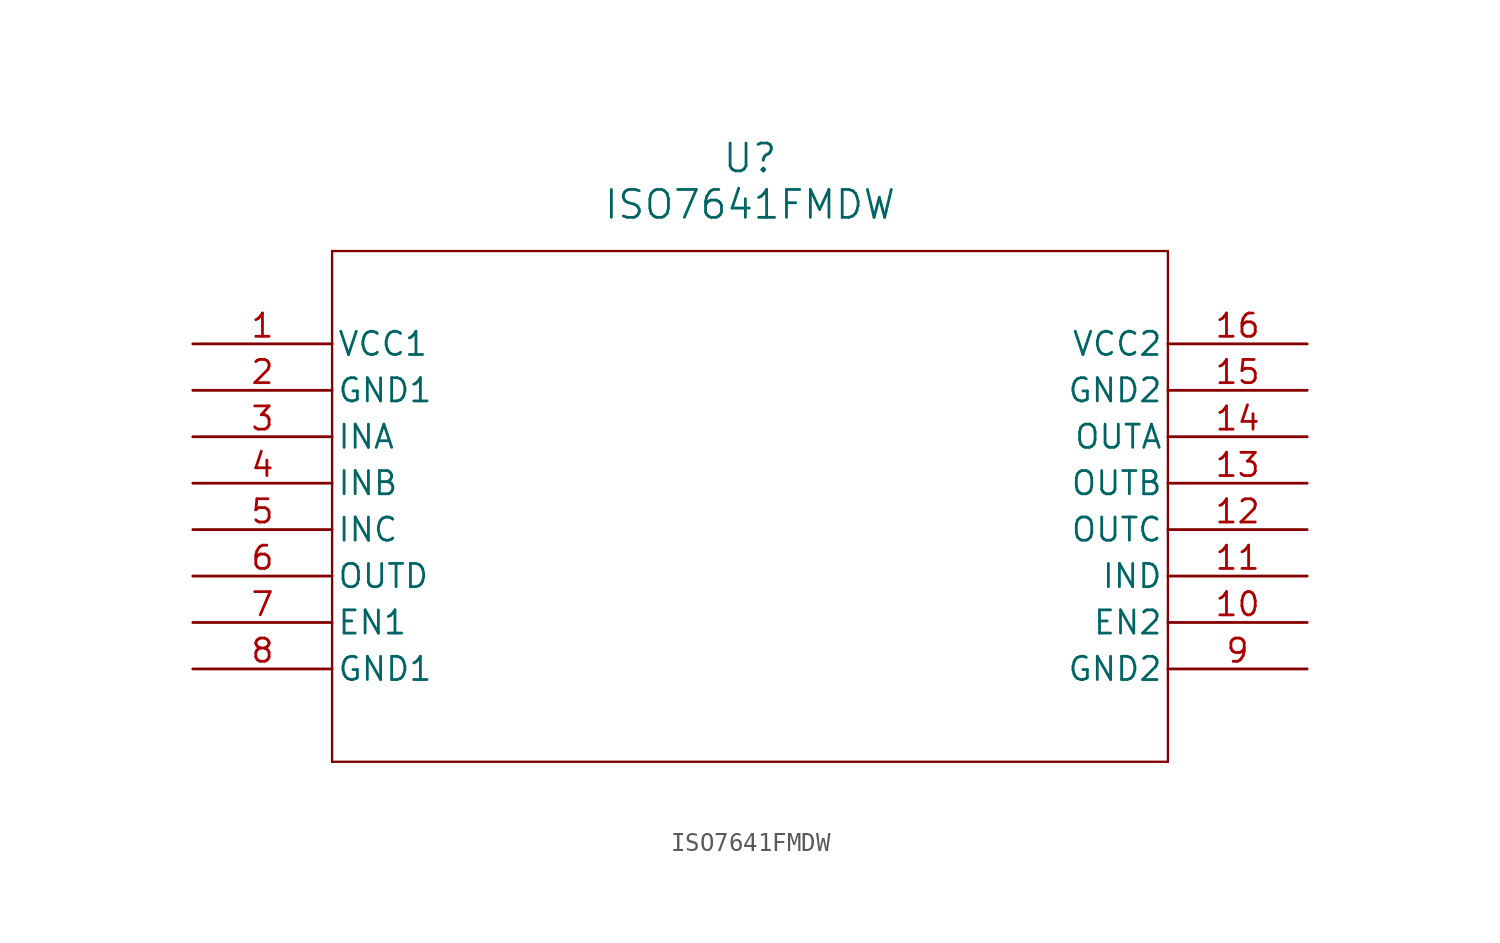
<source format=kicad_sym>
(kicad_symbol_lib
  (version 20211014)
  (generator kicad_symbol_editor)
  (symbol "ISO7641FMDW"
    (pin_names
      (offset 0.254))
    (property "Reference" "U"
      (at 30.48 10.16 0)
      (effects (font (size 1.524 1.524))))
    (property "Value" "ISO7641FMDW"
      (at 30.48 7.62 0)
      (effects (font (size 1.524 1.524))))
    (symbol "ISO7641FMDW_0_1"
      (polyline (pts (xy 7.62 5.08) (xy 7.62 -22.86)) (stroke (width 0.127) (type default) (color 0 0 0 0)) (fill (type none)))
      (polyline (pts (xy 7.62 -22.86) (xy 53.34 -22.86)) (stroke (width 0.127) (type default) (color 0 0 0 0)) (fill (type none)))
      (polyline (pts (xy 53.34 -22.86) (xy 53.34 5.08)) (stroke (width 0.127) (type default) (color 0 0 0 0)) (fill (type none)))
      (polyline (pts (xy 53.34 5.08) (xy 7.62 5.08)) (stroke (width 0.127) (type default) (color 0 0 0 0)) (fill (type none)))
      (pin power_in line (at 0 0 0) (length 7.62) (name "VCC1" (effects (font (size 1.27 1.27)))) (number "1" (effects (font (size 1.27 1.27)))))
      (pin power_in line (at 0 -2.54 0) (length 7.62) (name "GND1" (effects (font (size 1.27 1.27)))) (number "2" (effects (font (size 1.27 1.27)))))
      (pin input line (at 0 -5.08 0) (length 7.62) (name "INA" (effects (font (size 1.27 1.27)))) (number "3" (effects (font (size 1.27 1.27)))))
      (pin input line (at 0 -7.62 0) (length 7.62) (name "INB" (effects (font (size 1.27 1.27)))) (number "4" (effects (font (size 1.27 1.27)))))
      (pin input line (at 0 -10.16 0) (length 7.62) (name "INC" (effects (font (size 1.27 1.27)))) (number "5" (effects (font (size 1.27 1.27)))))
      (pin output line (at 0 -12.7 0) (length 7.62) (name "OUTD" (effects (font (size 1.27 1.27)))) (number "6" (effects (font (size 1.27 1.27)))))
      (pin unspecified line (at 0 -15.24 0) (length 7.62) (name "EN1" (effects (font (size 1.27 1.27)))) (number "7" (effects (font (size 1.27 1.27)))))
      (pin power_in line (at 0 -17.78 0) (length 7.62) (name "GND1" (effects (font (size 1.27 1.27)))) (number "8" (effects (font (size 1.27 1.27)))))
      (pin power_in line (at 60.96 -17.78 180) (length 7.62) (name "GND2" (effects (font (size 1.27 1.27)))) (number "9" (effects (font (size 1.27 1.27)))))
      (pin unspecified line (at 60.96 -15.24 180) (length 7.62) (name "EN2" (effects (font (size 1.27 1.27)))) (number "10" (effects (font (size 1.27 1.27)))))
      (pin input line (at 60.96 -12.7 180) (length 7.62) (name "IND" (effects (font (size 1.27 1.27)))) (number "11" (effects (font (size 1.27 1.27)))))
      (pin output line (at 60.96 -10.16 180) (length 7.62) (name "OUTC" (effects (font (size 1.27 1.27)))) (number "12" (effects (font (size 1.27 1.27)))))
      (pin output line (at 60.96 -7.62 180) (length 7.62) (name "OUTB" (effects (font (size 1.27 1.27)))) (number "13" (effects (font (size 1.27 1.27)))))
      (pin output line (at 60.96 -5.08 180) (length 7.62) (name "OUTA" (effects (font (size 1.27 1.27)))) (number "14" (effects (font (size 1.27 1.27)))))
      (pin power_in line (at 60.96 -2.54 180) (length 7.62) (name "GND2" (effects (font (size 1.27 1.27)))) (number "15" (effects (font (size 1.27 1.27)))))
      (pin power_in line (at 60.96 0 180) (length 7.62) (name "VCC2" (effects (font (size 1.27 1.27)))) (number "16" (effects (font (size 1.27 1.27))))))))
</source>
